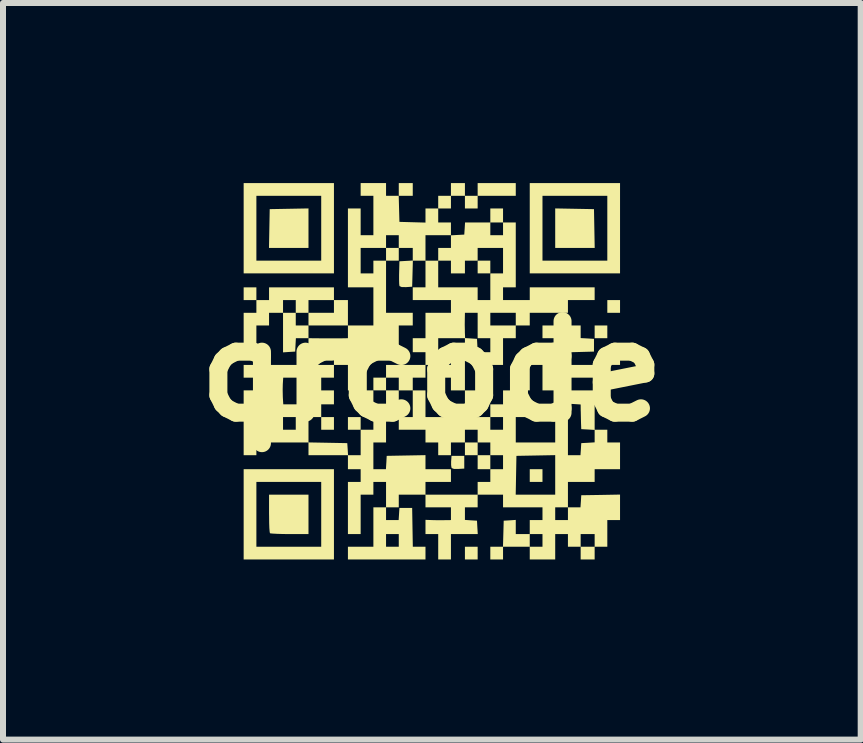
<source format=kicad_pcb>
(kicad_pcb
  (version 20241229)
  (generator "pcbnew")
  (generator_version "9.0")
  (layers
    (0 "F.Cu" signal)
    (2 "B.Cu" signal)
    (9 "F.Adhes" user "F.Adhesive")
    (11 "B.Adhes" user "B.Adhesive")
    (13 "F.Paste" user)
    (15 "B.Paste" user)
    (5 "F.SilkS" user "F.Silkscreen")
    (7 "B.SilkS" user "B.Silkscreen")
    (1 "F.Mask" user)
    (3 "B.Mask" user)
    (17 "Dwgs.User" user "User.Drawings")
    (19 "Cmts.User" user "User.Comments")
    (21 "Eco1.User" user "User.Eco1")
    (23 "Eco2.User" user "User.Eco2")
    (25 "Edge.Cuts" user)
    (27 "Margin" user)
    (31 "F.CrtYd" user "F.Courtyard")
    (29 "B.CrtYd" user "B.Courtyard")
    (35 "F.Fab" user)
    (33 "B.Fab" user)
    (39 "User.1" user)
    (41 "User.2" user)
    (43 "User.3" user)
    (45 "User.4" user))
  (footprint "qrcode"
    (layer "F.Cu")
    (at 4.144 3.135)
    (property "Reference" "qrcode" (at 0 0 0) (layer "F.SilkS") (effects (font (size 1.524 1.524) (thickness 0.3))))
    (attr board_only exclude_from_pos_files exclude_from_bom)
    (fp_poly (pts (xy -2.923 -1.186) (xy -3.135 -1.186) (xy -3.135 -1.398) (xy -2.923 -1.398)) (stroke (width 0) (type solid)) (fill yes) (layer "F.SilkS"))
    (fp_poly (pts (xy -2.923 1.398) (xy -3.135 1.398) (xy -3.135 0.318) (xy -2.923 0.318)) (stroke (width 0) (type solid)) (fill yes) (layer "F.SilkS"))
    (fp_poly (pts (xy -2.055 -2.055) (xy -2.713 -2.055) (xy -2.701 -2.701) (xy -2.055 -2.713)) (stroke (width 0) (type solid)) (fill yes) (layer "F.SilkS"))
    (fp_poly (pts (xy -1.631 0.974) (xy -1.843 0.974) (xy -1.843 0.763) (xy -1.631 0.763)) (stroke (width 0) (type solid)) (fill yes) (layer "F.SilkS"))
    (fp_poly (pts (xy -1.186 0.974) (xy -1.398 0.974) (xy -1.398 0.763) (xy -1.186 0.763)) (stroke (width 0) (type solid)) (fill yes) (layer "F.SilkS"))
    (fp_poly (pts (xy -0.974 0.551) (xy -1.186 0.551) (xy -1.186 0.318) (xy -0.974 0.318)) (stroke (width 0) (type solid)) (fill yes) (layer "F.SilkS"))
    (fp_poly (pts (xy -0.763 0.318) (xy -0.974 0.318) (xy -0.974 0.106) (xy -0.763 0.106)) (stroke (width 0) (type solid)) (fill yes) (layer "F.SilkS"))
    (fp_poly (pts (xy -0.551 -1.843) (xy -0.763 -1.843) (xy -0.763 -2.055) (xy -0.551 -2.055)) (stroke (width 0) (type solid)) (fill yes) (layer "F.SilkS"))
    (fp_poly (pts (xy -0.551 0.763) (xy -0.763 0.763) (xy -0.763 0.318) (xy -0.551 0.318)) (stroke (width 0) (type solid)) (fill yes) (layer "F.SilkS"))
    (fp_poly (pts (xy -0.318 -2.923) (xy -0.551 -2.923) (xy -0.551 -3.135) (xy -0.318 -3.135)) (stroke (width 0) (type solid)) (fill yes) (layer "F.SilkS"))
    (fp_poly (pts (xy 0.318 -2.712) (xy 0.106 -2.712) (xy 0.106 -2.923) (xy 0.318 -2.923)) (stroke (width 0) (type solid)) (fill yes) (layer "F.SilkS"))
    (fp_poly (pts (xy 0.551 -2.923) (xy 0.318 -2.923) (xy 0.318 -3.135) (xy 0.551 -3.135)) (stroke (width 0) (type solid)) (fill yes) (layer "F.SilkS"))
    (fp_poly (pts (xy 0.763 -2.712) (xy 0.551 -2.712) (xy 0.551 -2.923) (xy 0.763 -2.923)) (stroke (width 0) (type solid)) (fill yes) (layer "F.SilkS"))
    (fp_poly (pts (xy 0.763 1.398) (xy 0.551 1.398) (xy 0.551 1.186) (xy 0.763 1.186)) (stroke (width 0) (type solid)) (fill yes) (layer "F.SilkS"))
    (fp_poly (pts (xy 0.763 3.135) (xy 0.551 3.135) (xy 0.551 2.923) (xy 0.763 2.923)) (stroke (width 0) (type solid)) (fill yes) (layer "F.SilkS"))
    (fp_poly (pts (xy 0.974 -1.631) (xy 0.763 -1.631) (xy 0.763 -1.843) (xy 0.974 -1.843)) (stroke (width 0) (type solid)) (fill yes) (layer "F.SilkS"))
    (fp_poly (pts (xy 0.974 1.631) (xy 0.763 1.631) (xy 0.763 1.398) (xy 0.974 1.398)) (stroke (width 0) (type solid)) (fill yes) (layer "F.SilkS"))
    (fp_poly (pts (xy 1.398 -2.923) (xy 0.763 -2.923) (xy 0.763 -3.135) (xy 1.398 -3.135)) (stroke (width 0) (type solid)) (fill yes) (layer "F.SilkS"))
    (fp_poly (pts (xy 1.631 0.318) (xy 1.398 0.318) (xy 1.398 -0.106) (xy 1.631 -0.106)) (stroke (width 0) (type solid)) (fill yes) (layer "F.SilkS"))
    (fp_poly (pts (xy 1.843 1.843) (xy 1.631 1.843) (xy 1.631 1.631) (xy 1.843 1.631)) (stroke (width 0) (type solid)) (fill yes) (layer "F.SilkS"))
    (fp_poly (pts (xy 2.055 -0.551) (xy 1.843 -0.551) (xy 1.843 -0.763) (xy 2.055 -0.763)) (stroke (width 0) (type solid)) (fill yes) (layer "F.SilkS"))
    (fp_poly (pts (xy 2.701 -2.701) (xy 2.713 -2.055) (xy 2.055 -2.055) (xy 2.055 -2.713)) (stroke (width 0) (type solid)) (fill yes) (layer "F.SilkS"))
    (fp_poly (pts (xy 2.923 -0.551) (xy 2.712 -0.551) (xy 2.712 -0.763) (xy 2.923 -0.763)) (stroke (width 0) (type solid)) (fill yes) (layer "F.SilkS"))
    (fp_poly (pts (xy 2.923 0.318) (xy 2.712 0.318) (xy 2.712 0.106) (xy 2.923 0.106)) (stroke (width 0) (type solid)) (fill yes) (layer "F.SilkS"))
    (fp_poly (pts (xy 3.135 -0.974) (xy 2.923 -0.974) (xy 2.923 -1.186) (xy 3.135 -1.186)) (stroke (width 0) (type solid)) (fill yes) (layer "F.SilkS"))
    (fp_poly (pts (xy 3.135 -0.106) (xy 2.923 -0.106) (xy 2.923 -0.318) (xy 3.135 -0.318)) (stroke (width 0) (type solid)) (fill yes) (layer "F.SilkS"))
    (fp_poly (pts (xy 3.135 0.763) (xy 2.923 0.763) (xy 2.923 0.551) (xy 3.135 0.551)) (stroke (width 0) (type solid)) (fill yes) (layer "F.SilkS"))
    (fp_poly (pts (xy 0.758 0.429) (xy 0.752 0.54) (xy 0.651 0.547) (xy 0.551 0.553) (xy 0.551 0.318) (xy 0.765 0.318)) (stroke (width 0) (type solid)) (fill yes) (layer "F.SilkS"))
    (fp_poly (pts (xy -2.267 -0.763) (xy -2.055 -0.763) (xy -2.055 -0.551) (xy -2.265 -0.551) (xy -2.271 -0.44) (xy -2.277 -0.328) (xy -2.378 -0.322) (xy -2.479 -0.315) (xy -2.479 -0.974) (xy -2.267 -0.974)) (stroke (width 0) (type solid)) (fill yes) (layer "F.SilkS"))
    (fp_poly (pts (xy 0.54 1.621) (xy 0.439 1.627) (xy 0.37 1.627) (xy 0.334 1.614) (xy 0.327 1.603) (xy 0.321 1.562) (xy 0.321 1.502) (xy 0.322 1.49) (xy 0.328 1.409) (xy 0.54 1.409)) (stroke (width 0) (type solid)) (fill yes) (layer "F.SilkS"))
    (fp_poly (pts (xy -1.631 -1.631) (xy -3.135 -1.631) (xy -3.135 -1.843) (xy -2.923 -1.843) (xy -1.843 -1.843) (xy -1.843 -2.923) (xy -2.923 -2.923) (xy -2.923 -1.843) (xy -3.135 -1.843) (xy -3.135 -3.135) (xy -1.631 -3.135)) (stroke (width 0) (type solid)) (fill yes) (layer "F.SilkS"))
    (fp_poly (pts (xy -1.631 3.135) (xy -3.135 3.135) (xy -3.135 2.923) (xy -2.923 2.923) (xy -1.843 2.923) (xy -1.843 1.843) (xy -2.923 1.843) (xy -2.923 2.923) (xy -3.135 2.923) (xy -3.135 1.631) (xy -1.631 1.631)) (stroke (width 0) (type solid)) (fill yes) (layer "F.SilkS"))
    (fp_poly (pts (xy 3.135 -1.631) (xy 1.631 -1.631) (xy 1.631 -1.843) (xy 1.843 -1.843) (xy 2.923 -1.843) (xy 2.923 -2.923) (xy 1.843 -2.923) (xy 1.843 -1.843) (xy 1.631 -1.843) (xy 1.631 -3.135) (xy 3.135 -3.135)) (stroke (width 0) (type solid)) (fill yes) (layer "F.SilkS"))
    (fp_poly (pts (xy -0.322 -1.627) (xy -0.328 -1.409) (xy -0.429 -1.402) (xy -0.502 -1.403) (xy -0.537 -1.418) (xy -0.54 -1.423) (xy -0.544 -1.456) (xy -0.546 -1.52) (xy -0.546 -1.603) (xy -0.545 -1.642) (xy -0.54 -1.832) (xy -0.316 -1.845)) (stroke (width 0) (type solid)) (fill yes) (layer "F.SilkS"))
    (fp_poly (pts (xy -2.055 2.712) (xy -2.369 2.712) (xy -2.48 2.711) (xy -2.576 2.708) (xy -2.649 2.704) (xy -2.691 2.7) (xy -2.697 2.697) (xy -2.702 2.672) (xy -2.707 2.613) (xy -2.71 2.526) (xy -2.711 2.421) (xy -2.712 2.369) (xy -2.712 2.055) (xy -2.055 2.055)) (stroke (width 0) (type solid)) (fill yes) (layer "F.SilkS"))
    (fp_poly (pts (xy -0.763 2.479) (xy -0.553 2.479) (xy -0.54 2.277) (xy -0.328 2.277) (xy -0.317 2.923) (xy -0.106 2.923) (xy -0.106 3.135) (xy -1.398 3.135) (xy -1.398 2.923) (xy -0.974 2.923) (xy -0.763 2.923) (xy -0.551 2.923) (xy -0.551 2.712) (xy -0.763 2.712) (xy -0.763 2.923) (xy -0.974 2.923) (xy -0.974 2.267) (xy -0.763 2.267)) (stroke (width 0) (type solid)) (fill yes) (layer "F.SilkS"))
    (fp_poly (pts (xy 1.631 -0.318) (xy 2.267 -0.318) (xy 2.267 -0.763) (xy 2.479 -0.763) (xy 2.479 -0.553) (xy 2.59 -0.547) (xy 2.701 -0.54) (xy 2.701 -0.328) (xy 2.484 -0.322) (xy 2.267 -0.316) (xy 2.267 -0.106) (xy 2.712 -0.106) (xy 2.712 0.106) (xy 2.267 0.106) (xy 2.267 0.318) (xy 2.712 0.318) (xy 2.712 0.974) (xy 2.923 0.974) (xy 2.923 1.186) (xy 3.135 1.186) (xy 3.135 1.631) (xy 2.712 1.631) (xy 2.712 1.843) (xy 2.267 1.843) (xy 2.267 2.267) (xy 2.476 2.267) (xy 2.483 2.166) (xy 2.489 2.065) (xy 2.812 2.06) (xy 3.135 2.054) (xy 3.135 2.479) (xy 2.923 2.479) (xy 2.923 2.923) (xy 2.712 2.923) (xy 2.712 3.135) (xy 2.479 3.135) (xy 2.479 2.923) (xy 2.712 2.923) (xy 2.712 2.712) (xy 2.479 2.712) (xy 2.479 2.923) (xy 2.267 2.923) (xy 2.267 2.712) (xy 2.055 2.712) (xy 2.055 3.135) (xy 1.631 3.135) (xy 1.631 2.923) (xy 1.843 2.923) (xy 1.843 2.712) (xy 1.631 2.712) (xy 1.631 2.923) (xy 1.186 2.923) (xy 1.186 3.135) (xy 0.974 3.135) (xy 0.974 2.923) (xy 1.185 2.923) (xy 1.197 2.489) (xy 1.298 2.483) (xy 1.398 2.476) (xy 1.398 2.712) (xy 1.631 2.712) (xy 1.631 2.479) (xy 1.843 2.479) (xy 2.055 2.479) (xy 2.267 2.479) (xy 2.267 2.267) (xy 2.055 2.267) (xy 2.055 2.479) (xy 1.843 2.479) (xy 1.843 2.267) (xy 1.186 2.267) (xy 1.186 2.055) (xy 1.397 2.055) (xy 2.055 2.055) (xy 2.055 1.397) (xy 1.732 1.403) (xy 1.409 1.409) (xy 1.403 1.732) (xy 1.397 2.055) (xy 1.186 2.055) (xy 0.763 2.055) (xy 0.763 2.267) (xy 0.551 2.267) (xy 0.551 2.476) (xy 0.651 2.483) (xy 0.752 2.489) (xy 0.758 2.6) (xy 0.765 2.712) (xy 0.318 2.712) (xy 0.318 3.135) (xy 0.106 3.135) (xy 0.106 2.712) (xy -0.106 2.712) (xy -0.106 2.475) (xy 0.005 2.479) (xy 0.095 2.481) (xy 0.188 2.481) (xy 0.217 2.48) (xy 0.318 2.479) (xy 0.318 2.267) (xy -0.106 2.267) (xy -0.106 2.055) (xy -0.551 2.055) (xy -0.551 2.267) (xy -0.763 2.267) (xy -0.763 1.843) (xy -0.974 1.843) (xy -0.974 2.055) (xy -1.186 2.055) (xy -1.186 2.712) (xy -1.398 2.712) (xy -1.398 1.843) (xy -1.186 1.843) (xy -1.186 1.631) (xy -1.398 1.631) (xy -1.398 1.398) (xy -2.055 1.398) (xy -2.055 1.186) (xy -2.712 1.186) (xy -2.712 1.185) (xy -2.055 1.185) (xy -1.409 1.197) (xy -1.402 1.298) (xy -1.396 1.398) (xy -1.186 1.398) (xy -1.186 0.974) (xy -0.974 0.974) (xy -0.974 0.763) (xy -0.763 0.763) (xy -0.763 1.186) (xy -0.974 1.186) (xy -0.974 1.631) (xy -0.765 1.631) (xy -0.758 1.52) (xy -0.752 1.409) (xy -0.429 1.403) (xy -0.106 1.397) (xy -0.106 1.631) (xy 0.318 1.631) (xy 0.318 1.843) (xy -0.106 1.843) (xy -0.106 2.055) (xy 0.763 2.055) (xy 0.763 1.843) (xy 0.974 1.843) (xy 0.974 1.631) (xy 1.186 1.631) (xy 1.186 1.398) (xy 0.974 1.398) (xy 0.974 1.186) (xy 1.398 1.186) (xy 2.055 1.186) (xy 2.055 0.763) (xy 1.398 0.763) (xy 1.398 1.186) (xy 0.974 1.186) (xy 0.763 1.186) (xy 0.763 0.974) (xy 0.974 0.974) (xy 1.186 0.974) (xy 1.186 0.763) (xy 0.974 0.763) (xy 0.974 0.974) (xy 0.763 0.974) (xy 0.551 0.974) (xy 0.551 1.186) (xy 0.318 1.186) (xy 0.318 1.398) (xy 0.106 1.398) (xy 0.106 1.186) (xy -0.106 1.186) (xy -0.106 0.974) (xy -0.551 0.974) (xy -0.551 0.763) (xy -0.318 0.763) (xy -0.318 0.318) (xy -0.551 0.318) (xy -0.551 0.106) (xy -0.763 0.106) (xy -0.763 -0.106) (xy -0.106 -0.106) (xy -0.106 -0.318) (xy -0.318 -0.318) (xy -0.318 -0.551) (xy -0.106 -0.551) (xy -0.106 -0.553) (xy 0.551 -0.553) (xy 0.551 -0.551) (xy 0.554 -0.551) (xy 0.554 -0.553) (xy 0.551 -0.553) (xy -0.106 -0.553) (xy -0.106 -0.774) (xy 0.548 -0.774) (xy 0.55 -0.681) (xy 0.55 -0.651) (xy 0.554 -0.553) (xy 0.651 -0.547) (xy 0.752 -0.54) (xy 0.758 -0.429) (xy 0.765 -0.318) (xy 0.974 -0.318) (xy 0.974 -0.551) (xy 0.763 -0.551) (xy 0.763 -0.763) (xy 0.974 -0.763) (xy 1.398 -0.763) (xy 1.398 -0.974) (xy 0.974 -0.974) (xy 0.974 -0.763) (xy 0.763 -0.763) (xy 0.763 -0.974) (xy 0.551 -0.974) (xy 0.549 -0.863) (xy 0.548 -0.774) (xy -0.106 -0.774) (xy -0.106 -0.974) (xy 0.318 -0.974) (xy 0.318 -1.186) (xy -0.318 -1.186) (xy -0.318 -1.398) (xy -0.106 -1.398) (xy 0.106 -1.398) (xy 0.763 -1.398) (xy 0.763 -1.186) (xy 0.974 -1.186) (xy 0.974 -1.631) (xy 1.186 -1.631) (xy 1.186 -2.055) (xy 0.763 -2.055) (xy 0.763 -1.843) (xy 0.551 -1.843) (xy 0.551 -1.631) (xy 0.318 -1.631) (xy 0.318 -1.843) (xy 0.106 -1.843) (xy 0.106 -1.398) (xy -0.106 -1.398) (xy -0.106 -1.843) (xy -0.318 -1.843) (xy -0.318 -2.055) (xy -0.551 -2.055) (xy -0.551 -2.267) (xy -0.763 -2.267) (xy -0.763 -2.055) (xy -1.186 -2.055) (xy -1.186 -1.631) (xy -0.974 -1.631) (xy -0.974 -1.843) (xy -0.763 -1.843) (xy -0.763 -0.974) (xy -0.318 -0.974) (xy -0.318 -0.763) (xy -0.551 -0.763) (xy -0.551 -0.318) (xy -1.186 -0.318) (xy -1.186 0.318) (xy -1.398 0.318) (xy -1.398 -0.106) (xy -1.631 -0.106) (xy -1.631 0.106) (xy -1.843 0.106) (xy -1.843 0.318) (xy -1.631 0.318) (xy -1.631 0.551) (xy -1.843 0.551) (xy -1.843 0.763) (xy -2.055 0.763) (xy -2.055 1.185) (xy -2.712 1.185) (xy -2.712 0.974) (xy -2.479 0.974) (xy -2.267 0.974) (xy -2.267 0.763) (xy -2.479 0.763) (xy -2.479 0.974) (xy -2.712 0.974) (xy -2.712 0.31) (xy -2.485 0.31) (xy -2.483 0.41) (xy -2.482 0.44) (xy -2.475 0.551) (xy -2.055 0.551) (xy -2.055 0.106) (xy -2.476 0.106) (xy -2.483 0.217) (xy -2.485 0.31) (xy -2.712 0.31) (xy -2.712 0.106) (xy -3.135 0.106) (xy -3.135 -0.106) (xy -2.923 -0.106) (xy -2.923 -0.318) (xy -2.712 -0.318) (xy -2.712 -0.106) (xy -1.631 -0.106) (xy -1.631 -0.318) (xy -2.055 -0.318) (xy -2.055 -0.551) (xy -1.838 -0.549) (xy -1.731 -0.549) (xy -1.627 -0.549) (xy -1.541 -0.549) (xy -1.509 -0.549) (xy -1.398 -0.551) (xy -1.398 -0.763) (xy -2.055 -0.763) (xy -2.055 -0.974) (xy -1.631 -0.974) (xy -1.631 -1.186) (xy -2.055 -1.186) (xy -2.055 -0.974) (xy -2.267 -0.974) (xy -2.267 -1.186) (xy -2.479 -1.186) (xy -2.479 -0.974) (xy -2.712 -0.974) (xy -2.712 -0.763) (xy -2.923 -0.763) (xy -2.923 -0.318) (xy -3.135 -0.318) (xy -3.135 -0.974) (xy -2.923 -0.974) (xy -2.923 -1.186) (xy -2.712 -1.186) (xy -2.712 -1.398) (xy -1.631 -1.398) (xy -1.631 -1.186) (xy -1.398 -1.186) (xy -1.398 -0.763) (xy -0.974 -0.763) (xy -0.974 -1.398) (xy -1.398 -1.398) (xy -1.398 -2.712) (xy -1.186 -2.712) (xy -1.186 -2.267) (xy -0.974 -2.267) (xy -0.974 -2.923) (xy -1.186 -2.923) (xy -1.186 -3.135) (xy -0.763 -3.135) (xy -0.763 -2.923) (xy -0.552 -2.923) (xy -0.54 -2.489) (xy -0.323 -2.483) (xy -0.106 -2.477) (xy -0.106 -2.712) (xy 0.106 -2.712) (xy 0.106 -2.479) (xy 0.318 -2.479) (xy 0.318 -2.267) (xy -0.106 -2.267) (xy -0.106 -1.843) (xy 0.106 -1.843) (xy 0.106 -2.055) (xy 0.318 -2.055) (xy 0.318 -2.265) (xy 0.356 -2.267) (xy 0.974 -2.267) (xy 1.186 -2.267) (xy 1.186 -2.479) (xy 0.974 -2.479) (xy 0.974 -2.267) (xy 0.356 -2.267) (xy 0.429 -2.271) (xy 0.54 -2.277) (xy 0.547 -2.378) (xy 0.553 -2.479) (xy 0.974 -2.479) (xy 0.974 -2.712) (xy 1.186 -2.712) (xy 1.186 -2.479) (xy 1.398 -2.479) (xy 1.398 -1.398) (xy 1.186 -1.398) (xy 1.186 -1.186) (xy 1.631 -1.186) (xy 1.631 -1.398) (xy 2.712 -1.398) (xy 2.712 -1.186) (xy 2.267 -1.186) (xy 2.267 -0.974) (xy 1.631 -0.974) (xy 1.631 -0.763) (xy 1.398 -0.763) (xy 1.398 -0.551) (xy 1.186 -0.551) (xy 1.186 -0.106) (xy 0.974 -0.106) (xy 0.974 0.106) (xy 0.763 0.106) (xy 0.763 -0.318) (xy 0.551 -0.318) (xy 0.551 0.318) (xy 0.318 0.318) (xy 0.318 0.106) (xy 0.106 0.106) (xy 0.106 -0.106) (xy 0.318 -0.106) (xy 0.318 -0.318) (xy 0.551 -0.318) (xy 0.551 -0.551) (xy 0.106 -0.551) (xy 0.106 -0.106) (xy -0.106 -0.106) (xy -0.106 0.106) (xy -0.318 0.106) (xy -0.318 0.318) (xy -0.106 0.318) (xy -0.106 0.763) (xy 0.974 0.763) (xy 0.974 0.551) (xy 1.186 0.551) (xy 1.186 0.318) (xy 1.396 0.318) (xy 1.402 0.429) (xy 1.409 0.54) (xy 1.838 0.546) (xy 2.267 0.552) (xy 2.267 1.398) (xy 2.476 1.398) (xy 2.483 1.298) (xy 2.489 1.197) (xy 2.6 1.191) (xy 2.712 1.184) (xy 2.712 0.977) (xy 2.6 0.97) (xy 2.489 0.964) (xy 2.485 0.858) (xy 2.483 0.769) (xy 2.481 0.677) (xy 2.48 0.653) (xy 2.479 0.553) (xy 2.277 0.54) (xy 2.271 0.429) (xy 2.265 0.318) (xy 1.843 0.318) (xy 1.843 -0.106) (xy 1.631 -0.106)) (stroke (width 0) (type solid)) (fill yes) (layer "F.SilkS")))
  (gr_rect
    (start -3 -3)
    (end 11.288 9.271)
    (stroke (width 0.1) (type default))
    (fill no)
    (layer "Edge.Cuts")))
</source>
